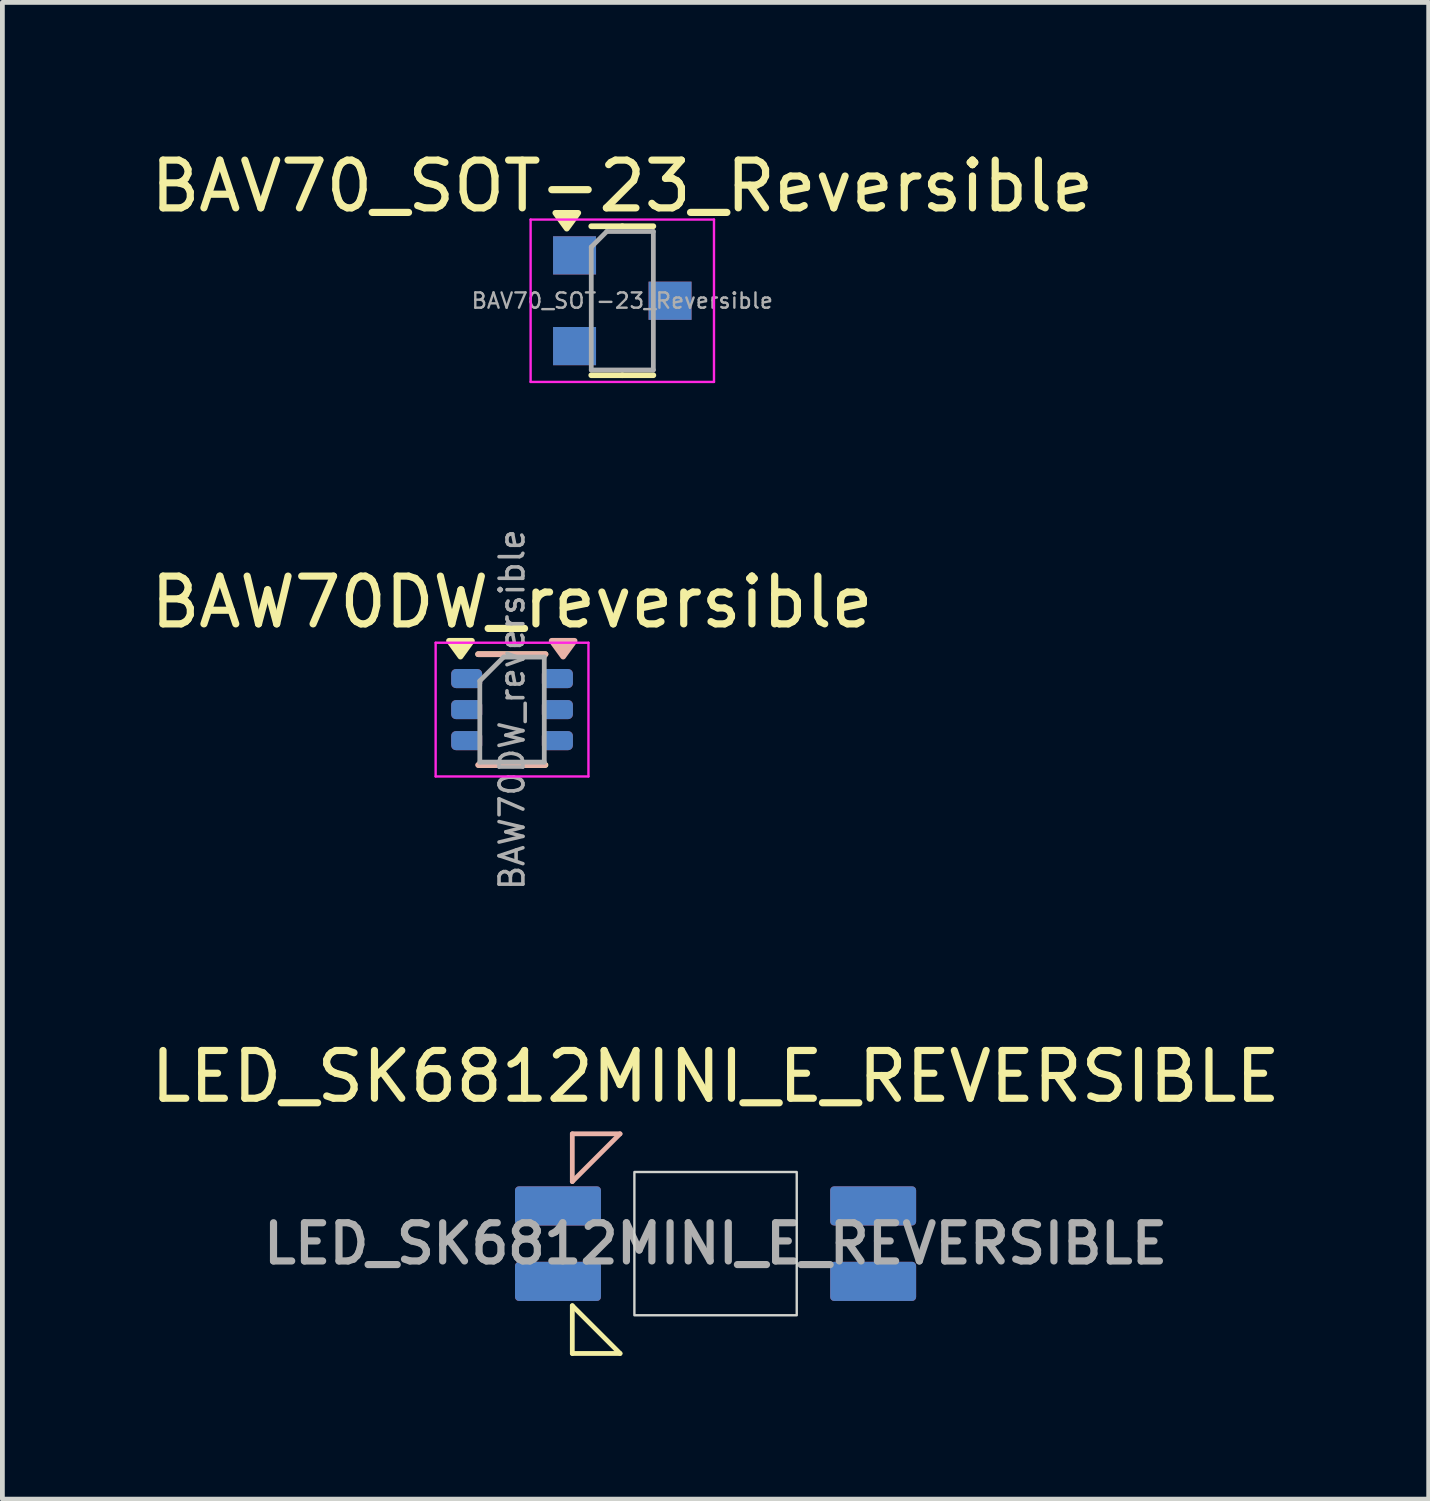
<source format=kicad_pcb>
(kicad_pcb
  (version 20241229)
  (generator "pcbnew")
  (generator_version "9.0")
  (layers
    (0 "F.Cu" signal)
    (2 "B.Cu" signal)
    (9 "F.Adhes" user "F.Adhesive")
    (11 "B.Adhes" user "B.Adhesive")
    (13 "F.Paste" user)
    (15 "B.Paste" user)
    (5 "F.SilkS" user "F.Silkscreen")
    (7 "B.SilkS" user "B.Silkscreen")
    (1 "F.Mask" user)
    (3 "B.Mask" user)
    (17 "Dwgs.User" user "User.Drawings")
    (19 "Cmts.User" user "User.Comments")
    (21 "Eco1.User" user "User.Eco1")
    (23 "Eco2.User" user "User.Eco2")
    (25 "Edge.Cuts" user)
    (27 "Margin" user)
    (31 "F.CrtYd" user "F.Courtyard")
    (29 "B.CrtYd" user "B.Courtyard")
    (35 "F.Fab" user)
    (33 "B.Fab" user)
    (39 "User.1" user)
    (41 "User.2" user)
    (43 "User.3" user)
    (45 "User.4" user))
  (footprint "BAV70_SOT-23_Reversible"
    (layer "F.Cu")
    (at 9.982 3.248)
    (property "Reference" "BAV70_SOT-23_Reversible" (at 0 -2.4 0) (layer "F.SilkS") (effects (font (size 1 1) (thickness 0.15))))
    (attr smd)
    (fp_line (start 0 -1.56) (end -0.65 -1.56) (stroke (width 0.12) (type solid)) (layer "F.SilkS"))
    (fp_line (start 0 -1.56) (end 0.65 -1.56) (stroke (width 0.12) (type solid)) (layer "F.SilkS"))
    (fp_line (start 0 1.56) (end -0.65 1.56) (stroke (width 0.12) (type solid)) (layer "F.SilkS"))
    (fp_line (start 0 1.56) (end 0.65 1.56) (stroke (width 0.12) (type solid)) (layer "F.SilkS"))
    (fp_poly (pts (xy -1.163 -1.51) (xy -1.403 -1.84) (xy -0.922 -1.84) (xy -1.163 -1.51)) (stroke (width 0.12) (type solid)) (fill yes) (layer "F.SilkS"))
    (fp_line (start -1.92 -1.7) (end -1.92 1.7) (stroke (width 0.05) (type solid)) (layer "F.CrtYd"))
    (fp_line (start -1.92 1.7) (end 1.92 1.7) (stroke (width 0.05) (type solid)) (layer "F.CrtYd"))
    (fp_line (start 1.92 -1.7) (end -1.92 -1.7) (stroke (width 0.05) (type solid)) (layer "F.CrtYd"))
    (fp_line (start 1.92 1.7) (end 1.92 -1.7) (stroke (width 0.05) (type solid)) (layer "F.CrtYd"))
    (fp_line (start -0.65 -1.125) (end -0.325 -1.45) (stroke (width 0.1) (type solid)) (layer "F.Fab"))
    (fp_line (start -0.65 1.45) (end -0.65 -1.125) (stroke (width 0.1) (type solid)) (layer "F.Fab"))
    (fp_line (start -0.325 -1.45) (end 0.65 -1.45) (stroke (width 0.1) (type solid)) (layer "F.Fab"))
    (fp_line (start 0.65 -1.45) (end 0.65 1.45) (stroke (width 0.1) (type solid)) (layer "F.Fab"))
    (fp_line (start 0.65 1.45) (end -0.65 1.45) (stroke (width 0.1) (type solid)) (layer "F.Fab"))
    (fp_text user "${REFERENCE}" (at 0 0 0) (layer "F.Fab") (effects (font (size 0.32 0.32) (thickness 0.05))))
    (pad "1" smd rect (at -1 -0.95) (size 0.9 0.8) (layers "F.Cu" "F.Mask" "F.Paste"))
    (pad "1" smd rect (at -1 -0.95) (size 0.9 0.8) (layers "B.Cu" "B.Mask" "B.Paste"))
    (pad "2" smd rect (at -1 0.95) (size 0.9 0.8) (layers "F.Cu" "F.Mask" "F.Paste"))
    (pad "2" smd rect (at -1 0.95) (size 0.9 0.8) (layers "B.Cu" "B.Mask" "B.Paste"))
    (pad "3" smd rect (at 1 0) (size 0.9 0.8) (layers "F.Cu" "F.Mask" "F.Paste"))
    (pad "3" smd rect (at 1 0) (size 0.9 0.8) (layers "B.Cu" "B.Mask" "B.Adhes")))
  (footprint "LED_SK6812MINI_E_REVERSIBLE"
    (layer "F.Cu")
    (at 11.935 22.994)
    (property "Reference" "LED_SK6812MINI_E_REVERSIBLE" (at 0 -3.5 0) (layer "F.SilkS") (effects (font (size 1 1) (thickness 0.15))))
    (attr smd)
    (fp_line (start -3 1.3) (end -2 2.3) (stroke (width 0.1) (type default)) (layer "F.SilkS"))
    (fp_line (start -3 2.3) (end -3 1.3) (stroke (width 0.1) (type default)) (layer "F.SilkS"))
    (fp_line (start -2 2.3) (end -3 2.3) (stroke (width 0.1) (type default)) (layer "F.SilkS"))
    (fp_line (start -3 -2.3) (end -3 -1.3) (stroke (width 0.1) (type default)) (layer "B.SilkS"))
    (fp_line (start -3 -1.3) (end -2 -2.3) (stroke (width 0.1) (type default)) (layer "B.SilkS"))
    (fp_line (start -2 -2.3) (end -3 -2.3) (stroke (width 0.1) (type default)) (layer "B.SilkS"))
    (fp_rect (start -1.7 -1.5) (end 1.7 1.5) (stroke (width 0.05) (type default)) (fill no) (layer "Edge.Cuts"))
    (fp_text user "${REFERENCE}" (at 0 0 180) (layer "F.Fab") (effects (font (size 0.8 0.8) (thickness 0.15))))
    (pad "1" smd roundrect (at 3.3 -0.79 180) (size 1.8 0.82) (layers "F.Cu" "F.Mask" "F.Paste") (roundrect_rratio 0.1))
    (pad "1" smd roundrect (at 3.3 0.79) (size 1.8 0.82) (layers "B.Cu" "B.Mask" "B.Paste") (roundrect_rratio 0.1))
    (pad "2" smd roundrect (at 3.3 -0.79) (size 1.8 0.82) (layers "B.Cu" "B.Mask" "B.Paste") (roundrect_rratio 0.1))
    (pad "2" smd roundrect (at 3.3 0.79 180) (size 1.8 0.82) (layers "F.Cu" "F.Mask" "F.Paste") (roundrect_rratio 0.1))
    (pad "3" smd roundrect (at -3.3 -0.79) (size 1.8 0.82) (layers "B.Cu" "B.Mask" "B.Paste") (roundrect_rratio 0.1))
    (pad "3" smd roundrect (at -3.3 0.79 180) (size 1.8 0.82) (layers "F.Cu" "F.Mask" "F.Paste") (roundrect_rratio 0.1))
    (pad "4" smd roundrect (at -3.3 -0.79 180) (size 1.8 0.82) (layers "F.Cu" "F.Mask" "F.Paste") (roundrect_rratio 0.1))
    (pad "4" smd roundrect (at -3.3 0.79) (size 1.8 0.82) (layers "B.Cu" "B.Mask" "B.Paste") (roundrect_rratio 0.1)))
  (footprint "BAW70DW_reversible"
    (layer "F.Cu")
    (at 7.673 11.81)
    (property "Reference" "BAW70DW_reversible" (at 0 -2.25 0) (layer "F.SilkS") (effects (font (size 1 1) (thickness 0.15))))
    (attr smd)
    (fp_line (start -0.71 -1.16) (end 0.7 -1.16) (stroke (width 0.12) (type solid)) (layer "F.SilkS"))
    (fp_line (start -0.7 1.16) (end 0.7 1.16) (stroke (width 0.12) (type solid)) (layer "F.SilkS"))
    (fp_poly (pts (xy -1.08 -1.11) (xy -1.32 -1.44) (xy -0.84 -1.44) (xy -1.08 -1.11)) (stroke (width 0.12) (type solid)) (fill yes) (layer "F.SilkS"))
    (fp_line (start 0.69 1.16) (end -0.71 1.16) (stroke (width 0.12) (type solid)) (layer "B.SilkS"))
    (fp_line (start 0.7 -1.16) (end -0.71 -1.16) (stroke (width 0.12) (type solid)) (layer "B.SilkS"))
    (fp_poly (pts (xy 1.07 -1.11) (xy 1.31 -1.44) (xy 0.83 -1.44) (xy 1.07 -1.11)) (stroke (width 0.12) (type solid)) (fill yes) (layer "B.SilkS"))
    (fp_line (start -1.6 -1.4) (end -1.6 1.4) (stroke (width 0.05) (type solid)) (layer "F.CrtYd"))
    (fp_line (start -1.6 -1.4) (end 1.6 -1.4) (stroke (width 0.05) (type solid)) (layer "F.CrtYd"))
    (fp_line (start -1.6 1.4) (end 1.6 1.4) (stroke (width 0.05) (type solid)) (layer "F.CrtYd"))
    (fp_line (start 1.6 1.4) (end 1.6 -1.4) (stroke (width 0.05) (type solid)) (layer "F.CrtYd"))
    (fp_line (start -0.675 -0.6) (end -0.675 1.1) (stroke (width 0.1) (type solid)) (layer "F.Fab"))
    (fp_line (start -0.175 -1.1) (end -0.675 -0.6) (stroke (width 0.1) (type solid)) (layer "F.Fab"))
    (fp_line (start 0.675 -1.1) (end -0.175 -1.1) (stroke (width 0.1) (type solid)) (layer "F.Fab"))
    (fp_line (start 0.675 -1.1) (end 0.675 1.1) (stroke (width 0.1) (type solid)) (layer "F.Fab"))
    (fp_line (start 0.675 1.1) (end -0.675 1.1) (stroke (width 0.1) (type solid)) (layer "F.Fab"))
    (fp_text user "${REFERENCE}" (at 0 0 90) (layer "F.Fab") (effects (font (size 0.5 0.5) (thickness 0.075))))
    (pad "1" smd roundrect (at -0.95 -0.65) (size 0.65 0.4) (layers "F.Cu" "F.Mask" "F.Paste") (roundrect_rratio 0.25))
    (pad "1" smd roundrect (at 0.95 -0.65) (size 0.65 0.4) (layers "B.Cu" "B.Mask" "B.Paste") (roundrect_rratio 0.25))
    (pad "2" smd roundrect (at -0.95 0) (size 0.65 0.4) (layers "F.Cu" "F.Mask" "F.Paste") (roundrect_rratio 0.25))
    (pad "2" smd roundrect (at 0.95 0) (size 0.65 0.4) (layers "B.Cu" "B.Mask" "B.Paste") (roundrect_rratio 0.25))
    (pad "3" smd roundrect (at -0.95 0.65) (size 0.65 0.4) (layers "F.Cu" "F.Mask" "F.Paste") (roundrect_rratio 0.25))
    (pad "3" smd roundrect (at 0.95 0.65) (size 0.65 0.4) (layers "B.Cu" "B.Mask" "B.Paste") (roundrect_rratio 0.25))
    (pad "4" smd roundrect (at -0.95 0.65) (size 0.65 0.4) (layers "B.Cu" "B.Mask" "B.Paste") (roundrect_rratio 0.25))
    (pad "4" smd roundrect (at 0.95 0.65) (size 0.65 0.4) (layers "F.Cu" "F.Mask" "F.Paste") (roundrect_rratio 0.25))
    (pad "5" smd roundrect (at -0.95 0) (size 0.65 0.4) (layers "B.Cu" "B.Mask" "B.Paste") (roundrect_rratio 0.25))
    (pad "5" smd roundrect (at 0.95 0) (size 0.65 0.4) (layers "F.Cu" "F.Mask" "F.Paste") (roundrect_rratio 0.25))
    (pad "6" smd roundrect (at -0.95 -0.65) (size 0.65 0.4) (layers "B.Cu" "B.Mask" "B.Paste") (roundrect_rratio 0.25))
    (pad "6" smd roundrect (at 0.95 -0.65) (size 0.65 0.4) (layers "F.Cu" "F.Mask" "F.Paste") (roundrect_rratio 0.25)))
  (gr_rect
    (start -3 -3)
    (end 26.869 28.344)
    (stroke (width 0.1) (type default))
    (fill no)
    (layer "Edge.Cuts")))
</source>
